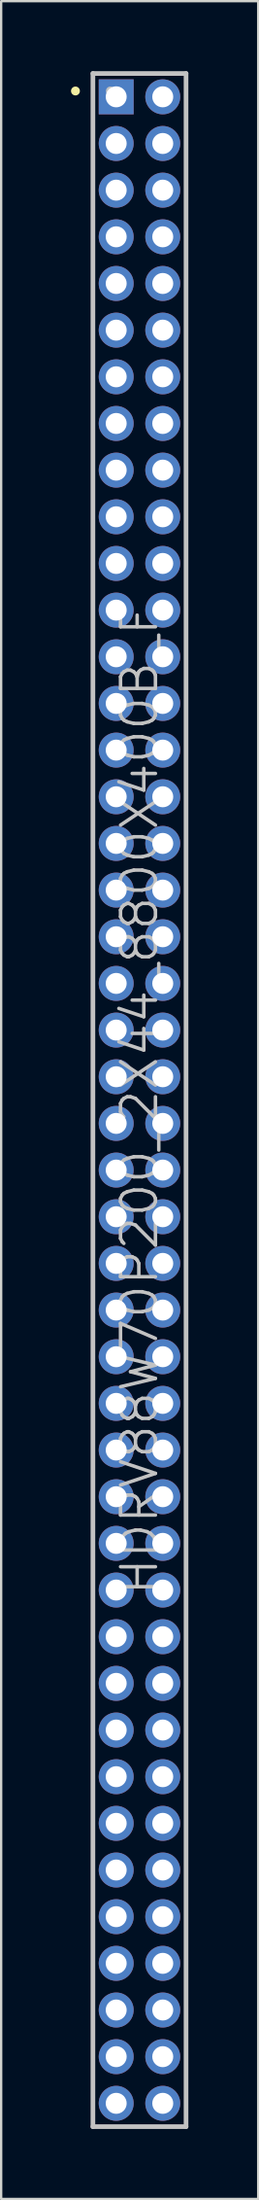
<source format=kicad_pcb>
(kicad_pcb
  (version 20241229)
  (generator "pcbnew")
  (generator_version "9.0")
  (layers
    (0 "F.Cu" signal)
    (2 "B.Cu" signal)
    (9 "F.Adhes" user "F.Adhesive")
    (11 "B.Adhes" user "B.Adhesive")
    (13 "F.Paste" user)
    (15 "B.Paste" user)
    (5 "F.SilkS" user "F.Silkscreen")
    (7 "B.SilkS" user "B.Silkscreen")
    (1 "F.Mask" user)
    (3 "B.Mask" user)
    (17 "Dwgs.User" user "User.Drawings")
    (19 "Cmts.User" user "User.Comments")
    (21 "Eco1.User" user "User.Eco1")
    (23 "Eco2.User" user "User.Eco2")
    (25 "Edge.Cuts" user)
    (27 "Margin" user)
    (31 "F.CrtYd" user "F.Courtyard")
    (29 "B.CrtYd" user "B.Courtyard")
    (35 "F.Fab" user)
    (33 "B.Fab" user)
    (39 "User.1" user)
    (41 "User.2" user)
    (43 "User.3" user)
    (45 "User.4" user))
  (footprint "HDRV88W70P200_2X44_8800X400B_F"
    (layer "F.Cu")
    (at 2.941 44.1)
    (property "Reference" "HDRV88W70P200_2X44_8800X400B_F" (at 0 0 90) (layer "Dwgs.User") (effects (font (size 1.5 1.5) (thickness 0.15))))
    (attr through_hole)
    (fp_line (start -2.75 -43.25) (end -2.75 -43.25) (stroke (width 0.381) (type solid)) (layer "F.SilkS"))
    (fp_line (start -2 -44) (end -2 44) (stroke (width 0.2) (type solid)) (layer "Dwgs.User"))
    (fp_line (start -2 -44) (end 2 -44) (stroke (width 0.2) (type solid)) (layer "Dwgs.User"))
    (fp_line (start -2 44) (end 2 44) (stroke (width 0.2) (type solid)) (layer "Dwgs.User"))
    (fp_line (start -1.25 -43.25) (end -1.25 -43.25) (stroke (width 0.381) (type solid)) (layer "Dwgs.User"))
    (fp_line (start 2 -44) (end 2 44) (stroke (width 0.2) (type solid)) (layer "Dwgs.User"))
    (pad "1" thru_hole rect (at -1 -43) (size 1.5 1.5) (drill 0.9) (layers "*.Cu" "*.Mask"))
    (pad "2" thru_hole circle (at 1 -43 270) (size 1.5 1.5) (drill 0.9) (layers "*.Cu" "*.Mask"))
    (pad "3" thru_hole circle (at -1 -41 270) (size 1.5 1.5) (drill 0.9) (layers "*.Cu" "*.Mask"))
    (pad "4" thru_hole circle (at 1 -41 270) (size 1.5 1.5) (drill 0.9) (layers "*.Cu" "*.Mask"))
    (pad "5" thru_hole circle (at -1 -39 270) (size 1.5 1.5) (drill 0.9) (layers "*.Cu" "*.Mask"))
    (pad "6" thru_hole circle (at 1 -39 270) (size 1.5 1.5) (drill 0.9) (layers "*.Cu" "*.Mask"))
    (pad "7" thru_hole circle (at -1 -37 270) (size 1.5 1.5) (drill 0.9) (layers "*.Cu" "*.Mask"))
    (pad "8" thru_hole circle (at 1 -37 270) (size 1.5 1.5) (drill 0.9) (layers "*.Cu" "*.Mask"))
    (pad "9" thru_hole circle (at -1 -35 270) (size 1.5 1.5) (drill 0.9) (layers "*.Cu" "*.Mask"))
    (pad "10" thru_hole circle (at 1 -35 270) (size 1.5 1.5) (drill 0.9) (layers "*.Cu" "*.Mask"))
    (pad "11" thru_hole circle (at -1 -33 270) (size 1.5 1.5) (drill 0.9) (layers "*.Cu" "*.Mask"))
    (pad "12" thru_hole circle (at 1 -33 270) (size 1.5 1.5) (drill 0.9) (layers "*.Cu" "*.Mask"))
    (pad "13" thru_hole circle (at -1 -31 270) (size 1.5 1.5) (drill 0.9) (layers "*.Cu" "*.Mask"))
    (pad "14" thru_hole circle (at 1 -31 270) (size 1.5 1.5) (drill 0.9) (layers "*.Cu" "*.Mask"))
    (pad "15" thru_hole circle (at -1 -29 270) (size 1.5 1.5) (drill 0.9) (layers "*.Cu" "*.Mask"))
    (pad "16" thru_hole circle (at 1 -29 270) (size 1.5 1.5) (drill 0.9) (layers "*.Cu" "*.Mask"))
    (pad "17" thru_hole circle (at -1 -27 270) (size 1.5 1.5) (drill 0.9) (layers "*.Cu" "*.Mask"))
    (pad "18" thru_hole circle (at 1 -27 270) (size 1.5 1.5) (drill 0.9) (layers "*.Cu" "*.Mask"))
    (pad "19" thru_hole circle (at -1 -25 270) (size 1.5 1.5) (drill 0.9) (layers "*.Cu" "*.Mask"))
    (pad "20" thru_hole circle (at 1 -25 270) (size 1.5 1.5) (drill 0.9) (layers "*.Cu" "*.Mask"))
    (pad "21" thru_hole circle (at -1 -23 270) (size 1.5 1.5) (drill 0.9) (layers "*.Cu" "*.Mask"))
    (pad "22" thru_hole circle (at 1 -23 270) (size 1.5 1.5) (drill 0.9) (layers "*.Cu" "*.Mask"))
    (pad "23" thru_hole circle (at -1 -21 270) (size 1.5 1.5) (drill 0.9) (layers "*.Cu" "*.Mask"))
    (pad "24" thru_hole circle (at 1 -21 270) (size 1.5 1.5) (drill 0.9) (layers "*.Cu" "*.Mask"))
    (pad "25" thru_hole circle (at -1 -19 270) (size 1.5 1.5) (drill 0.9) (layers "*.Cu" "*.Mask"))
    (pad "26" thru_hole circle (at 1 -19 270) (size 1.5 1.5) (drill 0.9) (layers "*.Cu" "*.Mask"))
    (pad "27" thru_hole circle (at -1 -17 270) (size 1.5 1.5) (drill 0.9) (layers "*.Cu" "*.Mask"))
    (pad "28" thru_hole circle (at 1 -17 270) (size 1.5 1.5) (drill 0.9) (layers "*.Cu" "*.Mask"))
    (pad "29" thru_hole circle (at -1 -15 270) (size 1.5 1.5) (drill 0.9) (layers "*.Cu" "*.Mask"))
    (pad "30" thru_hole circle (at 1 -15 270) (size 1.5 1.5) (drill 0.9) (layers "*.Cu" "*.Mask"))
    (pad "31" thru_hole circle (at -1 -13 270) (size 1.5 1.5) (drill 0.9) (layers "*.Cu" "*.Mask"))
    (pad "32" thru_hole circle (at 1 -13 270) (size 1.5 1.5) (drill 0.9) (layers "*.Cu" "*.Mask"))
    (pad "33" thru_hole circle (at -1 -11 270) (size 1.5 1.5) (drill 0.9) (layers "*.Cu" "*.Mask"))
    (pad "34" thru_hole circle (at 1 -11 270) (size 1.5 1.5) (drill 0.9) (layers "*.Cu" "*.Mask"))
    (pad "35" thru_hole circle (at -1 -9 270) (size 1.5 1.5) (drill 0.9) (layers "*.Cu" "*.Mask"))
    (pad "36" thru_hole circle (at 1 -9 270) (size 1.5 1.5) (drill 0.9) (layers "*.Cu" "*.Mask"))
    (pad "37" thru_hole circle (at -1 -7 270) (size 1.5 1.5) (drill 0.9) (layers "*.Cu" "*.Mask"))
    (pad "38" thru_hole circle (at 1 -7 270) (size 1.5 1.5) (drill 0.9) (layers "*.Cu" "*.Mask"))
    (pad "39" thru_hole circle (at -1 -5 270) (size 1.5 1.5) (drill 0.9) (layers "*.Cu" "*.Mask"))
    (pad "40" thru_hole circle (at 1 -5 270) (size 1.5 1.5) (drill 0.9) (layers "*.Cu" "*.Mask"))
    (pad "41" thru_hole circle (at -1 -3 270) (size 1.5 1.5) (drill 0.9) (layers "*.Cu" "*.Mask"))
    (pad "42" thru_hole circle (at 1 -3 270) (size 1.5 1.5) (drill 0.9) (layers "*.Cu" "*.Mask"))
    (pad "43" thru_hole circle (at -1 -1 270) (size 1.5 1.5) (drill 0.9) (layers "*.Cu" "*.Mask"))
    (pad "44" thru_hole circle (at 1 -1 270) (size 1.5 1.5) (drill 0.9) (layers "*.Cu" "*.Mask"))
    (pad "45" thru_hole circle (at -1 1 270) (size 1.5 1.5) (drill 0.9) (layers "*.Cu" "*.Mask"))
    (pad "46" thru_hole circle (at 1 1 270) (size 1.5 1.5) (drill 0.9) (layers "*.Cu" "*.Mask"))
    (pad "47" thru_hole circle (at -1 3 270) (size 1.5 1.5) (drill 0.9) (layers "*.Cu" "*.Mask"))
    (pad "48" thru_hole circle (at 1 3 270) (size 1.5 1.5) (drill 0.9) (layers "*.Cu" "*.Mask"))
    (pad "49" thru_hole circle (at -1 5 270) (size 1.5 1.5) (drill 0.9) (layers "*.Cu" "*.Mask"))
    (pad "50" thru_hole circle (at 1 5 270) (size 1.5 1.5) (drill 0.9) (layers "*.Cu" "*.Mask"))
    (pad "51" thru_hole circle (at -1 7 270) (size 1.5 1.5) (drill 0.9) (layers "*.Cu" "*.Mask"))
    (pad "52" thru_hole circle (at 1 7 270) (size 1.5 1.5) (drill 0.9) (layers "*.Cu" "*.Mask"))
    (pad "53" thru_hole circle (at -1 9 270) (size 1.5 1.5) (drill 0.9) (layers "*.Cu" "*.Mask"))
    (pad "54" thru_hole circle (at 1 9 270) (size 1.5 1.5) (drill 0.9) (layers "*.Cu" "*.Mask"))
    (pad "55" thru_hole circle (at -1 11 270) (size 1.5 1.5) (drill 0.9) (layers "*.Cu" "*.Mask"))
    (pad "56" thru_hole circle (at 1 11 270) (size 1.5 1.5) (drill 0.9) (layers "*.Cu" "*.Mask"))
    (pad "57" thru_hole circle (at -1 13 270) (size 1.5 1.5) (drill 0.9) (layers "*.Cu" "*.Mask"))
    (pad "58" thru_hole circle (at 1 13 270) (size 1.5 1.5) (drill 0.9) (layers "*.Cu" "*.Mask"))
    (pad "59" thru_hole circle (at -1 15 270) (size 1.5 1.5) (drill 0.9) (layers "*.Cu" "*.Mask"))
    (pad "60" thru_hole circle (at 1 15 270) (size 1.5 1.5) (drill 0.9) (layers "*.Cu" "*.Mask"))
    (pad "61" thru_hole circle (at -1 17 270) (size 1.5 1.5) (drill 0.9) (layers "*.Cu" "*.Mask"))
    (pad "62" thru_hole circle (at 1 17 270) (size 1.5 1.5) (drill 0.9) (layers "*.Cu" "*.Mask"))
    (pad "63" thru_hole circle (at -1 19 270) (size 1.5 1.5) (drill 0.9) (layers "*.Cu" "*.Mask"))
    (pad "64" thru_hole circle (at 1 19 270) (size 1.5 1.5) (drill 0.9) (layers "*.Cu" "*.Mask"))
    (pad "65" thru_hole circle (at -1 21 270) (size 1.5 1.5) (drill 0.9) (layers "*.Cu" "*.Mask"))
    (pad "66" thru_hole circle (at 1 21 270) (size 1.5 1.5) (drill 0.9) (layers "*.Cu" "*.Mask"))
    (pad "67" thru_hole circle (at -1 23 270) (size 1.5 1.5) (drill 0.9) (layers "*.Cu" "*.Mask"))
    (pad "68" thru_hole circle (at 1 23 270) (size 1.5 1.5) (drill 0.9) (layers "*.Cu" "*.Mask"))
    (pad "69" thru_hole circle (at -1 25 270) (size 1.5 1.5) (drill 0.9) (layers "*.Cu" "*.Mask"))
    (pad "70" thru_hole circle (at 1 25 270) (size 1.5 1.5) (drill 0.9) (layers "*.Cu" "*.Mask"))
    (pad "71" thru_hole circle (at -1 27 270) (size 1.5 1.5) (drill 0.9) (layers "*.Cu" "*.Mask"))
    (pad "72" thru_hole circle (at 1 27 270) (size 1.5 1.5) (drill 0.9) (layers "*.Cu" "*.Mask"))
    (pad "73" thru_hole circle (at -1 29 270) (size 1.5 1.5) (drill 0.9) (layers "*.Cu" "*.Mask"))
    (pad "74" thru_hole circle (at 1 29 270) (size 1.5 1.5) (drill 0.9) (layers "*.Cu" "*.Mask"))
    (pad "75" thru_hole circle (at -1 31 270) (size 1.5 1.5) (drill 0.9) (layers "*.Cu" "*.Mask"))
    (pad "76" thru_hole circle (at 1 31 270) (size 1.5 1.5) (drill 0.9) (layers "*.Cu" "*.Mask"))
    (pad "77" thru_hole circle (at -1 33 270) (size 1.5 1.5) (drill 0.9) (layers "*.Cu" "*.Mask"))
    (pad "78" thru_hole circle (at 1 33 270) (size 1.5 1.5) (drill 0.9) (layers "*.Cu" "*.Mask"))
    (pad "79" thru_hole circle (at -1 35 270) (size 1.5 1.5) (drill 0.9) (layers "*.Cu" "*.Mask"))
    (pad "80" thru_hole circle (at 1 35 270) (size 1.5 1.5) (drill 0.9) (layers "*.Cu" "*.Mask"))
    (pad "81" thru_hole circle (at -1 37 270) (size 1.5 1.5) (drill 0.9) (layers "*.Cu" "*.Mask"))
    (pad "82" thru_hole circle (at 1 37 270) (size 1.5 1.5) (drill 0.9) (layers "*.Cu" "*.Mask"))
    (pad "83" thru_hole circle (at -1 39 270) (size 1.5 1.5) (drill 0.9) (layers "*.Cu" "*.Mask"))
    (pad "84" thru_hole circle (at 1 39 270) (size 1.5 1.5) (drill 0.9) (layers "*.Cu" "*.Mask"))
    (pad "85" thru_hole circle (at -1 41 270) (size 1.5 1.5) (drill 0.9) (layers "*.Cu" "*.Mask"))
    (pad "86" thru_hole circle (at 1 41 270) (size 1.5 1.5) (drill 0.9) (layers "*.Cu" "*.Mask"))
    (pad "87" thru_hole circle (at -1 43 270) (size 1.5 1.5) (drill 0.9) (layers "*.Cu" "*.Mask"))
    (pad "88" thru_hole circle (at 1 43 270) (size 1.5 1.5) (drill 0.9) (layers "*.Cu" "*.Mask")))
  (gr_rect
    (start -3 -3)
    (end 8.04 91.2)
    (stroke (width 0.1) (type default))
    (fill no)
    (layer "Edge.Cuts")))
</source>
